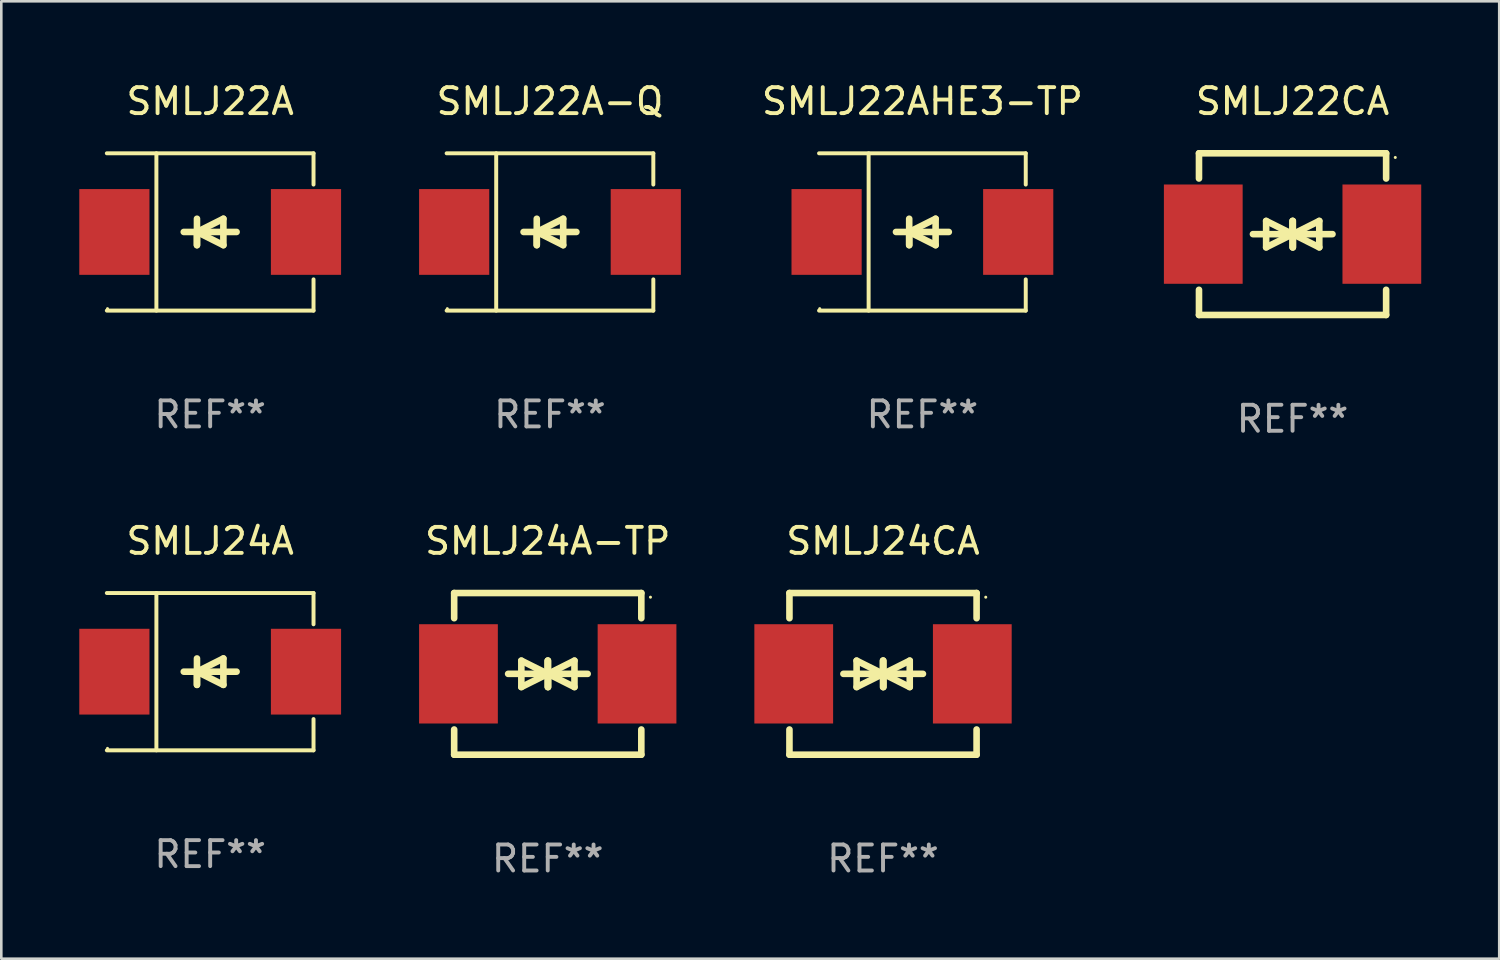
<source format=kicad_pcb>
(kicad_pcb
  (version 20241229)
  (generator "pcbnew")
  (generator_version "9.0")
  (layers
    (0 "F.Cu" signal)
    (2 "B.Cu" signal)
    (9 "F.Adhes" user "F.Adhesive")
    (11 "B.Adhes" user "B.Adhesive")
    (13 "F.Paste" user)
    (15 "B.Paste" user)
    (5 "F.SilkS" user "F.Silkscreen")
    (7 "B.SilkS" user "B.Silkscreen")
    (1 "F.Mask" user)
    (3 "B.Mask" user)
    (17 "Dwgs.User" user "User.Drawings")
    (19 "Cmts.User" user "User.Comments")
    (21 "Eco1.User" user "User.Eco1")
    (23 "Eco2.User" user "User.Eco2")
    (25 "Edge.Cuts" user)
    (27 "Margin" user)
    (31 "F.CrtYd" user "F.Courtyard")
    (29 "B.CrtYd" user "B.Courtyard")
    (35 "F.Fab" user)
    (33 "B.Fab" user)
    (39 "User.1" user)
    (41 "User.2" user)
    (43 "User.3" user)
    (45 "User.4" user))
  (footprint "SMLJ22A"
    (layer "F.Cu")
    (at 5.036 5.874)
    (property "Reference" "SMLJ22A" (at 0 -5.026 0) (layer "F.SilkS") (effects (font (size 1 1) (thickness 0.15))))
    (attr through_hole)
    (fp_line (start -3.976 -3.026) (end 3.976 -3.026) (stroke (width 0.152) (type solid)) (layer "F.SilkS"))
    (fp_line (start -3.976 3.026) (end 3.976 3.026) (stroke (width 0.152) (type solid)) (layer "F.SilkS"))
    (fp_line (start -2.069 -3.026) (end -2.069 3.026) (stroke (width 0.152) (type solid)) (layer "F.SilkS"))
    (fp_line (start -0.508 0) (end -0.508 0.508) (stroke (width 0.254) (type solid)) (layer "F.SilkS"))
    (fp_line (start -0.508 0) (end 0.508 0.508) (stroke (width 0.254) (type solid)) (layer "F.SilkS"))
    (fp_line (start -0.508 0.508) (end -0.508 -0.508) (stroke (width 0.254) (type solid)) (layer "F.SilkS"))
    (fp_line (start 0.508 -0.508) (end -0.508 0) (stroke (width 0.254) (type solid)) (layer "F.SilkS"))
    (fp_line (start 0.508 0.508) (end 0.508 -0.508) (stroke (width 0.254) (type solid)) (layer "F.SilkS"))
    (fp_line (start 1.016 0) (end -1.016 0) (stroke (width 0.254) (type solid)) (layer "F.SilkS"))
    (fp_line (start 3.976 -3.026) (end 3.976 -1.823) (stroke (width 0.152) (type solid)) (layer "F.SilkS"))
    (fp_line (start 3.976 3.026) (end 3.976 1.823) (stroke (width 0.152) (type solid)) (layer "F.SilkS"))
    (fp_circle (center -3.95 2.95) (end -3.92 2.95) (stroke (width 0.06) (type solid)) (fill no) (layer "F.SilkS"))
    (fp_text user "REF**" (at 0 7.026 0) (layer "F.Fab") (effects (font (size 1 1) (thickness 0.15))))
    (pad "1" smd rect (at -3.686 0) (size 2.7 3.3) (layers "F.Cu" "F.Mask" "F.Paste"))
    (pad "2" smd rect (at 3.686 0) (size 2.7 3.3) (layers "F.Cu" "F.Mask" "F.Paste")))
  (footprint "SMLJ24A-TP"
    (layer "F.Cu")
    (at 18.023 22.875)
    (property "Reference" "SMLJ24A-TP" (at 0 -5.11 0) (layer "F.SilkS") (effects (font (size 1 1) (thickness 0.15))))
    (attr through_hole)
    (fp_line (start -3.6 -2.141) (end -3.6 -3.11) (stroke (width 0.254) (type solid)) (layer "F.SilkS"))
    (fp_line (start -3.6 3.11) (end -3.6 2.141) (stroke (width 0.254) (type solid)) (layer "F.SilkS"))
    (fp_line (start -1.524 0) (end 0.508 0) (stroke (width 0.254) (type solid)) (layer "F.SilkS"))
    (fp_line (start -1.016 -0.508) (end -1.016 0.508) (stroke (width 0.254) (type solid)) (layer "F.SilkS"))
    (fp_line (start -1.016 0.508) (end 0 0) (stroke (width 0.254) (type solid)) (layer "F.SilkS"))
    (fp_line (start 0 -0.508) (end 0 0.508) (stroke (width 0.254) (type solid)) (layer "F.SilkS"))
    (fp_line (start 0 0) (end -1.016 -0.508) (stroke (width 0.254) (type solid)) (layer "F.SilkS"))
    (fp_line (start 0 0) (end 0 -0.508) (stroke (width 0.254) (type solid)) (layer "F.SilkS"))
    (fp_line (start 0.012 0) (end 0.012 0.508) (stroke (width 0.254) (type solid)) (layer "F.SilkS"))
    (fp_line (start 0.012 0) (end 1.028 0.508) (stroke (width 0.254) (type solid)) (layer "F.SilkS"))
    (fp_line (start 0.012 0.508) (end 0.012 -0.508) (stroke (width 0.254) (type solid)) (layer "F.SilkS"))
    (fp_line (start 1.028 -0.508) (end 0.012 0) (stroke (width 0.254) (type solid)) (layer "F.SilkS"))
    (fp_line (start 1.028 0.508) (end 1.028 -0.508) (stroke (width 0.254) (type solid)) (layer "F.SilkS"))
    (fp_line (start 1.536 0) (end -0.496 0) (stroke (width 0.254) (type solid)) (layer "F.SilkS"))
    (fp_line (start 3.6 -3.11) (end -3.6 -3.11) (stroke (width 0.254) (type solid)) (layer "F.SilkS"))
    (fp_line (start 3.6 -2.141) (end 3.6 -3.11) (stroke (width 0.254) (type solid)) (layer "F.SilkS"))
    (fp_line (start 3.6 3.11) (end -3.6 3.11) (stroke (width 0.254) (type solid)) (layer "F.SilkS"))
    (fp_line (start 3.6 3.11) (end 3.6 2.141) (stroke (width 0.254) (type solid)) (layer "F.SilkS"))
    (fp_circle (center 3.952 -2.95) (end 3.982 -2.95) (stroke (width 0.06) (type solid)) (fill no) (layer "F.SilkS"))
    (fp_text user "REF**" (at 0 7.11 0) (layer "F.Fab") (effects (font (size 1 1) (thickness 0.15))))
    (pad "1" smd rect (at 3.435 0) (size 3.03 3.82) (layers "F.Cu" "F.Mask" "F.Paste"))
    (pad "2" smd rect (at -3.435 0) (size 3.03 3.82) (layers "F.Cu" "F.Mask" "F.Paste")))
  (footprint "SMLJ22CA"
    (layer "F.Cu")
    (at 46.678 5.958)
    (property "Reference" "SMLJ22CA" (at 0 -5.11 0) (layer "F.SilkS") (effects (font (size 1 1) (thickness 0.15))))
    (attr through_hole)
    (fp_line (start -3.6 -2.141) (end -3.6 -3.11) (stroke (width 0.254) (type solid)) (layer "F.SilkS"))
    (fp_line (start -3.6 3.11) (end -3.6 2.141) (stroke (width 0.254) (type solid)) (layer "F.SilkS"))
    (fp_line (start -1.524 0) (end 0.508 0) (stroke (width 0.254) (type solid)) (layer "F.SilkS"))
    (fp_line (start -1.016 -0.508) (end -1.016 0.508) (stroke (width 0.254) (type solid)) (layer "F.SilkS"))
    (fp_line (start -1.016 0.508) (end 0 0) (stroke (width 0.254) (type solid)) (layer "F.SilkS"))
    (fp_line (start 0 -0.508) (end 0 0.508) (stroke (width 0.254) (type solid)) (layer "F.SilkS"))
    (fp_line (start 0 0) (end -1.016 -0.508) (stroke (width 0.254) (type solid)) (layer "F.SilkS"))
    (fp_line (start 0 0) (end 0 -0.508) (stroke (width 0.254) (type solid)) (layer "F.SilkS"))
    (fp_line (start 0.012 0) (end 0.012 0.508) (stroke (width 0.254) (type solid)) (layer "F.SilkS"))
    (fp_line (start 0.012 0) (end 1.028 0.508) (stroke (width 0.254) (type solid)) (layer "F.SilkS"))
    (fp_line (start 0.012 0.508) (end 0.012 -0.508) (stroke (width 0.254) (type solid)) (layer "F.SilkS"))
    (fp_line (start 1.028 -0.508) (end 0.012 0) (stroke (width 0.254) (type solid)) (layer "F.SilkS"))
    (fp_line (start 1.028 0.508) (end 1.028 -0.508) (stroke (width 0.254) (type solid)) (layer "F.SilkS"))
    (fp_line (start 1.536 0) (end -0.496 0) (stroke (width 0.254) (type solid)) (layer "F.SilkS"))
    (fp_line (start 3.6 -3.11) (end -3.6 -3.11) (stroke (width 0.254) (type solid)) (layer "F.SilkS"))
    (fp_line (start 3.6 -2.141) (end 3.6 -3.11) (stroke (width 0.254) (type solid)) (layer "F.SilkS"))
    (fp_line (start 3.6 3.11) (end -3.6 3.11) (stroke (width 0.254) (type solid)) (layer "F.SilkS"))
    (fp_line (start 3.6 3.11) (end 3.6 2.141) (stroke (width 0.254) (type solid)) (layer "F.SilkS"))
    (fp_circle (center 3.952 -2.95) (end 3.982 -2.95) (stroke (width 0.06) (type solid)) (fill no) (layer "F.SilkS"))
    (fp_text user "REF**" (at 0 7.11 0) (layer "F.Fab") (effects (font (size 1 1) (thickness 0.15))))
    (pad "1" smd rect (at 3.435 0) (size 3.03 3.82) (layers "F.Cu" "F.Mask" "F.Paste"))
    (pad "2" smd rect (at -3.435 0) (size 3.03 3.82) (layers "F.Cu" "F.Mask" "F.Paste")))
  (footprint "SMLJ24CA"
    (layer "F.Cu")
    (at 30.922 22.875)
    (property "Reference" "SMLJ24CA" (at 0 -5.11 0) (layer "F.SilkS") (effects (font (size 1 1) (thickness 0.15))))
    (attr through_hole)
    (fp_line (start -3.6 -2.141) (end -3.6 -3.11) (stroke (width 0.254) (type solid)) (layer "F.SilkS"))
    (fp_line (start -3.6 3.11) (end -3.6 2.141) (stroke (width 0.254) (type solid)) (layer "F.SilkS"))
    (fp_line (start -1.524 0) (end 0.508 0) (stroke (width 0.254) (type solid)) (layer "F.SilkS"))
    (fp_line (start -1.016 -0.508) (end -1.016 0.508) (stroke (width 0.254) (type solid)) (layer "F.SilkS"))
    (fp_line (start -1.016 0.508) (end 0 0) (stroke (width 0.254) (type solid)) (layer "F.SilkS"))
    (fp_line (start 0 -0.508) (end 0 0.508) (stroke (width 0.254) (type solid)) (layer "F.SilkS"))
    (fp_line (start 0 0) (end -1.016 -0.508) (stroke (width 0.254) (type solid)) (layer "F.SilkS"))
    (fp_line (start 0 0) (end 0 -0.508) (stroke (width 0.254) (type solid)) (layer "F.SilkS"))
    (fp_line (start 0.012 0) (end 0.012 0.508) (stroke (width 0.254) (type solid)) (layer "F.SilkS"))
    (fp_line (start 0.012 0) (end 1.028 0.508) (stroke (width 0.254) (type solid)) (layer "F.SilkS"))
    (fp_line (start 0.012 0.508) (end 0.012 -0.508) (stroke (width 0.254) (type solid)) (layer "F.SilkS"))
    (fp_line (start 1.028 -0.508) (end 0.012 0) (stroke (width 0.254) (type solid)) (layer "F.SilkS"))
    (fp_line (start 1.028 0.508) (end 1.028 -0.508) (stroke (width 0.254) (type solid)) (layer "F.SilkS"))
    (fp_line (start 1.536 0) (end -0.496 0) (stroke (width 0.254) (type solid)) (layer "F.SilkS"))
    (fp_line (start 3.6 -3.11) (end -3.6 -3.11) (stroke (width 0.254) (type solid)) (layer "F.SilkS"))
    (fp_line (start 3.6 -2.141) (end 3.6 -3.11) (stroke (width 0.254) (type solid)) (layer "F.SilkS"))
    (fp_line (start 3.6 3.11) (end -3.6 3.11) (stroke (width 0.254) (type solid)) (layer "F.SilkS"))
    (fp_line (start 3.6 3.11) (end 3.6 2.141) (stroke (width 0.254) (type solid)) (layer "F.SilkS"))
    (fp_circle (center 3.952 -2.95) (end 3.982 -2.95) (stroke (width 0.06) (type solid)) (fill no) (layer "F.SilkS"))
    (fp_text user "REF**" (at 0 7.11 0) (layer "F.Fab") (effects (font (size 1 1) (thickness 0.15))))
    (pad "1" smd rect (at 3.435 0) (size 3.03 3.82) (layers "F.Cu" "F.Mask" "F.Paste"))
    (pad "2" smd rect (at -3.435 0) (size 3.03 3.82) (layers "F.Cu" "F.Mask" "F.Paste")))
  (footprint "SMLJ24A"
    (layer "F.Cu")
    (at 5.036 22.791)
    (property "Reference" "SMLJ24A" (at 0 -5.026 0) (layer "F.SilkS") (effects (font (size 1 1) (thickness 0.15))))
    (attr through_hole)
    (fp_line (start -3.976 -3.026) (end 3.976 -3.026) (stroke (width 0.152) (type solid)) (layer "F.SilkS"))
    (fp_line (start -3.976 3.026) (end 3.976 3.026) (stroke (width 0.152) (type solid)) (layer "F.SilkS"))
    (fp_line (start -2.069 -3.026) (end -2.069 3.026) (stroke (width 0.152) (type solid)) (layer "F.SilkS"))
    (fp_line (start -0.508 0) (end -0.508 0.508) (stroke (width 0.254) (type solid)) (layer "F.SilkS"))
    (fp_line (start -0.508 0) (end 0.508 0.508) (stroke (width 0.254) (type solid)) (layer "F.SilkS"))
    (fp_line (start -0.508 0.508) (end -0.508 -0.508) (stroke (width 0.254) (type solid)) (layer "F.SilkS"))
    (fp_line (start 0.508 -0.508) (end -0.508 0) (stroke (width 0.254) (type solid)) (layer "F.SilkS"))
    (fp_line (start 0.508 0.508) (end 0.508 -0.508) (stroke (width 0.254) (type solid)) (layer "F.SilkS"))
    (fp_line (start 1.016 0) (end -1.016 0) (stroke (width 0.254) (type solid)) (layer "F.SilkS"))
    (fp_line (start 3.976 -3.026) (end 3.976 -1.823) (stroke (width 0.152) (type solid)) (layer "F.SilkS"))
    (fp_line (start 3.976 3.026) (end 3.976 1.823) (stroke (width 0.152) (type solid)) (layer "F.SilkS"))
    (fp_circle (center -3.95 2.95) (end -3.92 2.95) (stroke (width 0.06) (type solid)) (fill no) (layer "F.SilkS"))
    (fp_text user "REF**" (at 0 7.026 0) (layer "F.Fab") (effects (font (size 1 1) (thickness 0.15))))
    (pad "1" smd rect (at -3.686 0) (size 2.7 3.3) (layers "F.Cu" "F.Mask" "F.Paste"))
    (pad "2" smd rect (at 3.686 0) (size 2.7 3.3) (layers "F.Cu" "F.Mask" "F.Paste")))
  (footprint "SMLJ22A-Q"
    (layer "F.Cu")
    (at 18.109 5.874)
    (property "Reference" "SMLJ22A-Q" (at 0 -5.026 0) (layer "F.SilkS") (effects (font (size 1 1) (thickness 0.15))))
    (attr through_hole)
    (fp_line (start -3.976 -3.026) (end 3.976 -3.026) (stroke (width 0.152) (type solid)) (layer "F.SilkS"))
    (fp_line (start -3.976 3.026) (end 3.976 3.026) (stroke (width 0.152) (type solid)) (layer "F.SilkS"))
    (fp_line (start -2.069 -3.026) (end -2.069 3.026) (stroke (width 0.152) (type solid)) (layer "F.SilkS"))
    (fp_line (start -0.508 0) (end -0.508 0.508) (stroke (width 0.254) (type solid)) (layer "F.SilkS"))
    (fp_line (start -0.508 0) (end 0.508 0.508) (stroke (width 0.254) (type solid)) (layer "F.SilkS"))
    (fp_line (start -0.508 0.508) (end -0.508 -0.508) (stroke (width 0.254) (type solid)) (layer "F.SilkS"))
    (fp_line (start 0.508 -0.508) (end -0.508 0) (stroke (width 0.254) (type solid)) (layer "F.SilkS"))
    (fp_line (start 0.508 0.508) (end 0.508 -0.508) (stroke (width 0.254) (type solid)) (layer "F.SilkS"))
    (fp_line (start 1.016 0) (end -1.016 0) (stroke (width 0.254) (type solid)) (layer "F.SilkS"))
    (fp_line (start 3.976 -3.026) (end 3.976 -1.823) (stroke (width 0.152) (type solid)) (layer "F.SilkS"))
    (fp_line (start 3.976 3.026) (end 3.976 1.823) (stroke (width 0.152) (type solid)) (layer "F.SilkS"))
    (fp_circle (center -3.95 2.95) (end -3.92 2.95) (stroke (width 0.06) (type solid)) (fill no) (layer "F.SilkS"))
    (fp_text user "REF**" (at 0 7.026 0) (layer "F.Fab") (effects (font (size 1 1) (thickness 0.15))))
    (pad "1" smd rect (at -3.686 0) (size 2.7 3.3) (layers "F.Cu" "F.Mask" "F.Paste"))
    (pad "2" smd rect (at 3.686 0) (size 2.7 3.3) (layers "F.Cu" "F.Mask" "F.Paste")))
  (footprint "SMLJ22AHE3-TP"
    (layer "F.Cu")
    (at 32.437 5.874)
    (property "Reference" "SMLJ22AHE3-TP" (at 0 -5.026 0) (layer "F.SilkS") (effects (font (size 1 1) (thickness 0.15))))
    (attr through_hole)
    (fp_line (start -3.976 -3.026) (end 3.976 -3.026) (stroke (width 0.152) (type solid)) (layer "F.SilkS"))
    (fp_line (start -3.976 3.026) (end 3.976 3.026) (stroke (width 0.152) (type solid)) (layer "F.SilkS"))
    (fp_line (start -2.069 -3.026) (end -2.069 3.026) (stroke (width 0.152) (type solid)) (layer "F.SilkS"))
    (fp_line (start -0.508 0) (end -0.508 0.508) (stroke (width 0.254) (type solid)) (layer "F.SilkS"))
    (fp_line (start -0.508 0) (end 0.508 0.508) (stroke (width 0.254) (type solid)) (layer "F.SilkS"))
    (fp_line (start -0.508 0.508) (end -0.508 -0.508) (stroke (width 0.254) (type solid)) (layer "F.SilkS"))
    (fp_line (start 0.508 -0.508) (end -0.508 0) (stroke (width 0.254) (type solid)) (layer "F.SilkS"))
    (fp_line (start 0.508 0.508) (end 0.508 -0.508) (stroke (width 0.254) (type solid)) (layer "F.SilkS"))
    (fp_line (start 1.016 0) (end -1.016 0) (stroke (width 0.254) (type solid)) (layer "F.SilkS"))
    (fp_line (start 3.976 -3.026) (end 3.976 -1.823) (stroke (width 0.152) (type solid)) (layer "F.SilkS"))
    (fp_line (start 3.976 3.026) (end 3.976 1.823) (stroke (width 0.152) (type solid)) (layer "F.SilkS"))
    (fp_circle (center -3.95 2.95) (end -3.92 2.95) (stroke (width 0.06) (type solid)) (fill no) (layer "F.SilkS"))
    (fp_text user "REF**" (at 0 7.026 0) (layer "F.Fab") (effects (font (size 1 1) (thickness 0.15))))
    (pad "1" smd rect (at -3.686 0) (size 2.7 3.3) (layers "F.Cu" "F.Mask" "F.Paste"))
    (pad "2" smd rect (at 3.686 0) (size 2.7 3.3) (layers "F.Cu" "F.Mask" "F.Paste")))
  (gr_rect
    (start -3 -3)
    (end 54.629 33.833)
    (stroke (width 0.1) (type default))
    (fill no)
    (layer "Edge.Cuts")))
</source>
